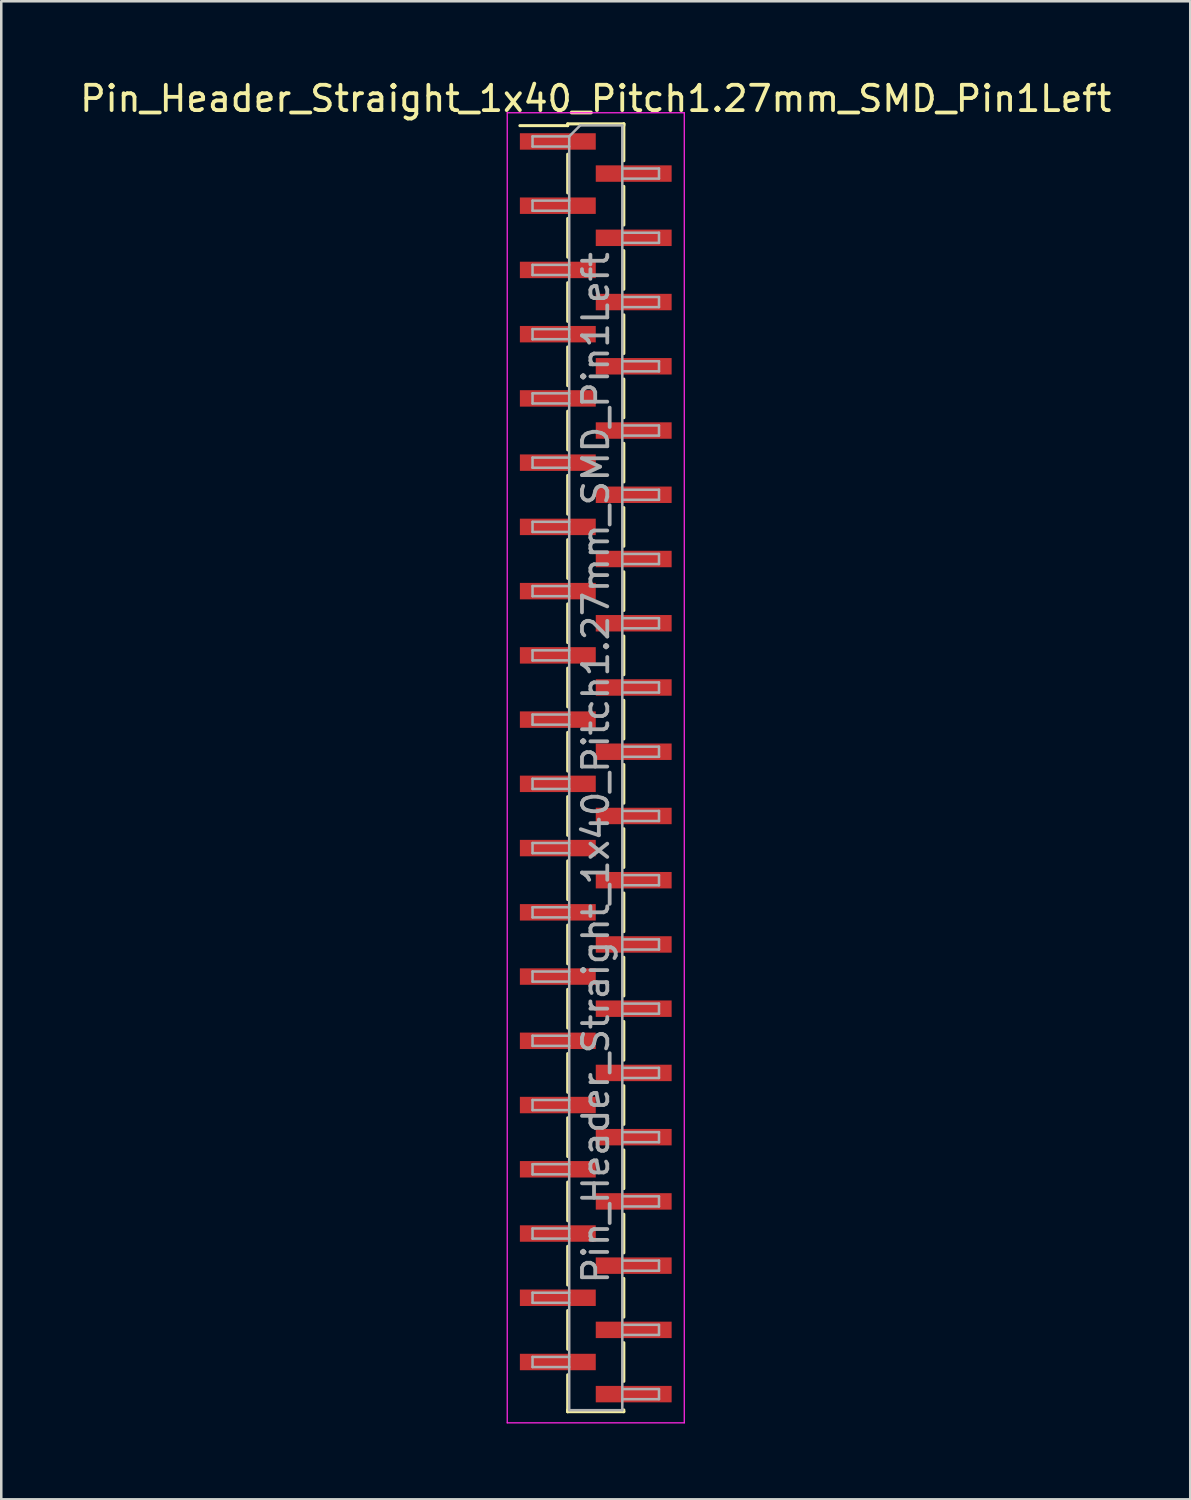
<source format=kicad_pcb>
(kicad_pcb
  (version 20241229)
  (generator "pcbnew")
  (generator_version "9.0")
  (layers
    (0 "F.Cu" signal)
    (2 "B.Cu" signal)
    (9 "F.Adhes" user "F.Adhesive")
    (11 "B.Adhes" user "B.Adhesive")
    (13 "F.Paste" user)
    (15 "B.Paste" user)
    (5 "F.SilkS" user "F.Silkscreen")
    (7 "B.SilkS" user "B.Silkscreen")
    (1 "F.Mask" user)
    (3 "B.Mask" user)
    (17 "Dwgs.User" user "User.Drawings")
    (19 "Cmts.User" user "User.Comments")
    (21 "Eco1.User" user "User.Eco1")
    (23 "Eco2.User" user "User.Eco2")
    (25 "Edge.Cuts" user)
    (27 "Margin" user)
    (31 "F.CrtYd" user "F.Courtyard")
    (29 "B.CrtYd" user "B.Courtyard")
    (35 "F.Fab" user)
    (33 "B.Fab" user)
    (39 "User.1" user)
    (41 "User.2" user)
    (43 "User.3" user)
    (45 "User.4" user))
  (footprint "Pin_Header_Straight_1x40_Pitch1.27mm_SMD_Pin1Left"
    (layer "F.Cu")
    (at 20.506 27.308)
    (property "Reference" "Pin_Header_Straight_1x40_Pitch1.27mm_SMD_Pin1Left" (at 0 -26.46 0) (layer "F.SilkS") (effects (font (size 1 1) (thickness 0.15))))
    (attr smd)
    (fp_line (start -1.11 -25.46) (end 1.11 -25.46) (stroke (width 0.12) (type solid)) (layer "F.SilkS"))
    (fp_line (start -1.11 -25.39) (end -3 -25.39) (stroke (width 0.12) (type solid)) (layer "F.SilkS"))
    (fp_line (start -1.11 -25.39) (end -1.11 -25.46) (stroke (width 0.12) (type solid)) (layer "F.SilkS"))
    (fp_line (start -1.11 -24.26) (end -1.11 -22.73) (stroke (width 0.12) (type solid)) (layer "F.SilkS"))
    (fp_line (start -1.11 -21.72) (end -1.11 -20.19) (stroke (width 0.12) (type solid)) (layer "F.SilkS"))
    (fp_line (start -1.11 -19.18) (end -1.11 -17.65) (stroke (width 0.12) (type solid)) (layer "F.SilkS"))
    (fp_line (start -1.11 -16.64) (end -1.11 -15.11) (stroke (width 0.12) (type solid)) (layer "F.SilkS"))
    (fp_line (start -1.11 -14.1) (end -1.11 -12.57) (stroke (width 0.12) (type solid)) (layer "F.SilkS"))
    (fp_line (start -1.11 -11.56) (end -1.11 -10.03) (stroke (width 0.12) (type solid)) (layer "F.SilkS"))
    (fp_line (start -1.11 -9.02) (end -1.11 -7.49) (stroke (width 0.12) (type solid)) (layer "F.SilkS"))
    (fp_line (start -1.11 -6.48) (end -1.11 -4.95) (stroke (width 0.12) (type solid)) (layer "F.SilkS"))
    (fp_line (start -1.11 -3.94) (end -1.11 -2.41) (stroke (width 0.12) (type solid)) (layer "F.SilkS"))
    (fp_line (start -1.11 -1.4) (end -1.11 0.13) (stroke (width 0.12) (type solid)) (layer "F.SilkS"))
    (fp_line (start -1.11 1.14) (end -1.11 2.67) (stroke (width 0.12) (type solid)) (layer "F.SilkS"))
    (fp_line (start -1.11 3.68) (end -1.11 5.21) (stroke (width 0.12) (type solid)) (layer "F.SilkS"))
    (fp_line (start -1.11 6.22) (end -1.11 7.75) (stroke (width 0.12) (type solid)) (layer "F.SilkS"))
    (fp_line (start -1.11 8.76) (end -1.11 10.29) (stroke (width 0.12) (type solid)) (layer "F.SilkS"))
    (fp_line (start -1.11 11.3) (end -1.11 12.83) (stroke (width 0.12) (type solid)) (layer "F.SilkS"))
    (fp_line (start -1.11 13.84) (end -1.11 15.37) (stroke (width 0.12) (type solid)) (layer "F.SilkS"))
    (fp_line (start -1.11 16.38) (end -1.11 17.91) (stroke (width 0.12) (type solid)) (layer "F.SilkS"))
    (fp_line (start -1.11 18.92) (end -1.11 20.45) (stroke (width 0.12) (type solid)) (layer "F.SilkS"))
    (fp_line (start -1.11 21.46) (end -1.11 22.99) (stroke (width 0.12) (type solid)) (layer "F.SilkS"))
    (fp_line (start -1.11 24) (end -1.11 25.46) (stroke (width 0.12) (type solid)) (layer "F.SilkS"))
    (fp_line (start -1.11 25.39) (end -1.11 25.46) (stroke (width 0.12) (type solid)) (layer "F.SilkS"))
    (fp_line (start -1.11 25.46) (end 1.11 25.46) (stroke (width 0.12) (type solid)) (layer "F.SilkS"))
    (fp_line (start 1.11 -25.46) (end 1.11 -25.39) (stroke (width 0.12) (type solid)) (layer "F.SilkS"))
    (fp_line (start 1.11 -25.46) (end 1.11 -24) (stroke (width 0.12) (type solid)) (layer "F.SilkS"))
    (fp_line (start 1.11 -22.99) (end 1.11 -21.46) (stroke (width 0.12) (type solid)) (layer "F.SilkS"))
    (fp_line (start 1.11 -20.45) (end 1.11 -18.92) (stroke (width 0.12) (type solid)) (layer "F.SilkS"))
    (fp_line (start 1.11 -17.91) (end 1.11 -16.38) (stroke (width 0.12) (type solid)) (layer "F.SilkS"))
    (fp_line (start 1.11 -15.37) (end 1.11 -13.84) (stroke (width 0.12) (type solid)) (layer "F.SilkS"))
    (fp_line (start 1.11 -12.83) (end 1.11 -11.3) (stroke (width 0.12) (type solid)) (layer "F.SilkS"))
    (fp_line (start 1.11 -10.29) (end 1.11 -8.76) (stroke (width 0.12) (type solid)) (layer "F.SilkS"))
    (fp_line (start 1.11 -7.75) (end 1.11 -6.22) (stroke (width 0.12) (type solid)) (layer "F.SilkS"))
    (fp_line (start 1.11 -5.21) (end 1.11 -3.68) (stroke (width 0.12) (type solid)) (layer "F.SilkS"))
    (fp_line (start 1.11 -2.67) (end 1.11 -1.14) (stroke (width 0.12) (type solid)) (layer "F.SilkS"))
    (fp_line (start 1.11 -0.13) (end 1.11 1.4) (stroke (width 0.12) (type solid)) (layer "F.SilkS"))
    (fp_line (start 1.11 2.41) (end 1.11 3.94) (stroke (width 0.12) (type solid)) (layer "F.SilkS"))
    (fp_line (start 1.11 4.95) (end 1.11 6.48) (stroke (width 0.12) (type solid)) (layer "F.SilkS"))
    (fp_line (start 1.11 7.49) (end 1.11 9.02) (stroke (width 0.12) (type solid)) (layer "F.SilkS"))
    (fp_line (start 1.11 10.03) (end 1.11 11.56) (stroke (width 0.12) (type solid)) (layer "F.SilkS"))
    (fp_line (start 1.11 12.57) (end 1.11 14.1) (stroke (width 0.12) (type solid)) (layer "F.SilkS"))
    (fp_line (start 1.11 15.11) (end 1.11 16.64) (stroke (width 0.12) (type solid)) (layer "F.SilkS"))
    (fp_line (start 1.11 17.65) (end 1.11 19.18) (stroke (width 0.12) (type solid)) (layer "F.SilkS"))
    (fp_line (start 1.11 20.19) (end 1.11 21.72) (stroke (width 0.12) (type solid)) (layer "F.SilkS"))
    (fp_line (start 1.11 22.73) (end 1.11 24.26) (stroke (width 0.12) (type solid)) (layer "F.SilkS"))
    (fp_line (start 1.11 25.46) (end 1.11 25.39) (stroke (width 0.12) (type solid)) (layer "F.SilkS"))
    (fp_line (start -3.5 -25.9) (end -3.5 25.9) (stroke (width 0.05) (type solid)) (layer "F.CrtYd"))
    (fp_line (start -3.5 25.9) (end 3.5 25.9) (stroke (width 0.05) (type solid)) (layer "F.CrtYd"))
    (fp_line (start 3.5 -25.9) (end -3.5 -25.9) (stroke (width 0.05) (type solid)) (layer "F.CrtYd"))
    (fp_line (start 3.5 25.9) (end 3.5 -25.9) (stroke (width 0.05) (type solid)) (layer "F.CrtYd"))
    (fp_line (start -2.5 -24.965) (end -2.5 -24.565) (stroke (width 0.1) (type solid)) (layer "F.Fab"))
    (fp_line (start -2.5 -24.565) (end -1.05 -24.565) (stroke (width 0.1) (type solid)) (layer "F.Fab"))
    (fp_line (start -2.5 -22.425) (end -2.5 -22.025) (stroke (width 0.1) (type solid)) (layer "F.Fab"))
    (fp_line (start -2.5 -22.025) (end -1.05 -22.025) (stroke (width 0.1) (type solid)) (layer "F.Fab"))
    (fp_line (start -2.5 -19.885) (end -2.5 -19.485) (stroke (width 0.1) (type solid)) (layer "F.Fab"))
    (fp_line (start -2.5 -19.485) (end -1.05 -19.485) (stroke (width 0.1) (type solid)) (layer "F.Fab"))
    (fp_line (start -2.5 -17.345) (end -2.5 -16.945) (stroke (width 0.1) (type solid)) (layer "F.Fab"))
    (fp_line (start -2.5 -16.945) (end -1.05 -16.945) (stroke (width 0.1) (type solid)) (layer "F.Fab"))
    (fp_line (start -2.5 -14.805) (end -2.5 -14.405) (stroke (width 0.1) (type solid)) (layer "F.Fab"))
    (fp_line (start -2.5 -14.405) (end -1.05 -14.405) (stroke (width 0.1) (type solid)) (layer "F.Fab"))
    (fp_line (start -2.5 -12.265) (end -2.5 -11.865) (stroke (width 0.1) (type solid)) (layer "F.Fab"))
    (fp_line (start -2.5 -11.865) (end -1.05 -11.865) (stroke (width 0.1) (type solid)) (layer "F.Fab"))
    (fp_line (start -2.5 -9.725) (end -2.5 -9.325) (stroke (width 0.1) (type solid)) (layer "F.Fab"))
    (fp_line (start -2.5 -9.325) (end -1.05 -9.325) (stroke (width 0.1) (type solid)) (layer "F.Fab"))
    (fp_line (start -2.5 -7.185) (end -2.5 -6.785) (stroke (width 0.1) (type solid)) (layer "F.Fab"))
    (fp_line (start -2.5 -6.785) (end -1.05 -6.785) (stroke (width 0.1) (type solid)) (layer "F.Fab"))
    (fp_line (start -2.5 -4.645) (end -2.5 -4.245) (stroke (width 0.1) (type solid)) (layer "F.Fab"))
    (fp_line (start -2.5 -4.245) (end -1.05 -4.245) (stroke (width 0.1) (type solid)) (layer "F.Fab"))
    (fp_line (start -2.5 -2.105) (end -2.5 -1.705) (stroke (width 0.1) (type solid)) (layer "F.Fab"))
    (fp_line (start -2.5 -1.705) (end -1.05 -1.705) (stroke (width 0.1) (type solid)) (layer "F.Fab"))
    (fp_line (start -2.5 0.435) (end -2.5 0.835) (stroke (width 0.1) (type solid)) (layer "F.Fab"))
    (fp_line (start -2.5 0.835) (end -1.05 0.835) (stroke (width 0.1) (type solid)) (layer "F.Fab"))
    (fp_line (start -2.5 2.975) (end -2.5 3.375) (stroke (width 0.1) (type solid)) (layer "F.Fab"))
    (fp_line (start -2.5 3.375) (end -1.05 3.375) (stroke (width 0.1) (type solid)) (layer "F.Fab"))
    (fp_line (start -2.5 5.515) (end -2.5 5.915) (stroke (width 0.1) (type solid)) (layer "F.Fab"))
    (fp_line (start -2.5 5.915) (end -1.05 5.915) (stroke (width 0.1) (type solid)) (layer "F.Fab"))
    (fp_line (start -2.5 8.055) (end -2.5 8.455) (stroke (width 0.1) (type solid)) (layer "F.Fab"))
    (fp_line (start -2.5 8.455) (end -1.05 8.455) (stroke (width 0.1) (type solid)) (layer "F.Fab"))
    (fp_line (start -2.5 10.595) (end -2.5 10.995) (stroke (width 0.1) (type solid)) (layer "F.Fab"))
    (fp_line (start -2.5 10.995) (end -1.05 10.995) (stroke (width 0.1) (type solid)) (layer "F.Fab"))
    (fp_line (start -2.5 13.135) (end -2.5 13.535) (stroke (width 0.1) (type solid)) (layer "F.Fab"))
    (fp_line (start -2.5 13.535) (end -1.05 13.535) (stroke (width 0.1) (type solid)) (layer "F.Fab"))
    (fp_line (start -2.5 15.675) (end -2.5 16.075) (stroke (width 0.1) (type solid)) (layer "F.Fab"))
    (fp_line (start -2.5 16.075) (end -1.05 16.075) (stroke (width 0.1) (type solid)) (layer "F.Fab"))
    (fp_line (start -2.5 18.215) (end -2.5 18.615) (stroke (width 0.1) (type solid)) (layer "F.Fab"))
    (fp_line (start -2.5 18.615) (end -1.05 18.615) (stroke (width 0.1) (type solid)) (layer "F.Fab"))
    (fp_line (start -2.5 20.755) (end -2.5 21.155) (stroke (width 0.1) (type solid)) (layer "F.Fab"))
    (fp_line (start -2.5 21.155) (end -1.05 21.155) (stroke (width 0.1) (type solid)) (layer "F.Fab"))
    (fp_line (start -2.5 23.295) (end -2.5 23.695) (stroke (width 0.1) (type solid)) (layer "F.Fab"))
    (fp_line (start -2.5 23.695) (end -1.05 23.695) (stroke (width 0.1) (type solid)) (layer "F.Fab"))
    (fp_line (start -1.05 -24.965) (end -2.5 -24.965) (stroke (width 0.1) (type solid)) (layer "F.Fab"))
    (fp_line (start -1.05 -24.965) (end -0.615 -25.4) (stroke (width 0.1) (type solid)) (layer "F.Fab"))
    (fp_line (start -1.05 -22.425) (end -2.5 -22.425) (stroke (width 0.1) (type solid)) (layer "F.Fab"))
    (fp_line (start -1.05 -19.885) (end -2.5 -19.885) (stroke (width 0.1) (type solid)) (layer "F.Fab"))
    (fp_line (start -1.05 -17.345) (end -2.5 -17.345) (stroke (width 0.1) (type solid)) (layer "F.Fab"))
    (fp_line (start -1.05 -14.805) (end -2.5 -14.805) (stroke (width 0.1) (type solid)) (layer "F.Fab"))
    (fp_line (start -1.05 -12.265) (end -2.5 -12.265) (stroke (width 0.1) (type solid)) (layer "F.Fab"))
    (fp_line (start -1.05 -9.725) (end -2.5 -9.725) (stroke (width 0.1) (type solid)) (layer "F.Fab"))
    (fp_line (start -1.05 -7.185) (end -2.5 -7.185) (stroke (width 0.1) (type solid)) (layer "F.Fab"))
    (fp_line (start -1.05 -4.645) (end -2.5 -4.645) (stroke (width 0.1) (type solid)) (layer "F.Fab"))
    (fp_line (start -1.05 -2.105) (end -2.5 -2.105) (stroke (width 0.1) (type solid)) (layer "F.Fab"))
    (fp_line (start -1.05 0.435) (end -2.5 0.435) (stroke (width 0.1) (type solid)) (layer "F.Fab"))
    (fp_line (start -1.05 2.975) (end -2.5 2.975) (stroke (width 0.1) (type solid)) (layer "F.Fab"))
    (fp_line (start -1.05 5.515) (end -2.5 5.515) (stroke (width 0.1) (type solid)) (layer "F.Fab"))
    (fp_line (start -1.05 8.055) (end -2.5 8.055) (stroke (width 0.1) (type solid)) (layer "F.Fab"))
    (fp_line (start -1.05 10.595) (end -2.5 10.595) (stroke (width 0.1) (type solid)) (layer "F.Fab"))
    (fp_line (start -1.05 13.135) (end -2.5 13.135) (stroke (width 0.1) (type solid)) (layer "F.Fab"))
    (fp_line (start -1.05 15.675) (end -2.5 15.675) (stroke (width 0.1) (type solid)) (layer "F.Fab"))
    (fp_line (start -1.05 18.215) (end -2.5 18.215) (stroke (width 0.1) (type solid)) (layer "F.Fab"))
    (fp_line (start -1.05 20.755) (end -2.5 20.755) (stroke (width 0.1) (type solid)) (layer "F.Fab"))
    (fp_line (start -1.05 23.295) (end -2.5 23.295) (stroke (width 0.1) (type solid)) (layer "F.Fab"))
    (fp_line (start -1.05 25.4) (end -1.05 -24.965) (stroke (width 0.1) (type solid)) (layer "F.Fab"))
    (fp_line (start -0.615 -25.4) (end 1.05 -25.4) (stroke (width 0.1) (type solid)) (layer "F.Fab"))
    (fp_line (start 1.05 -25.4) (end 1.05 25.4) (stroke (width 0.1) (type solid)) (layer "F.Fab"))
    (fp_line (start 1.05 -23.695) (end 2.5 -23.695) (stroke (width 0.1) (type solid)) (layer "F.Fab"))
    (fp_line (start 1.05 -21.155) (end 2.5 -21.155) (stroke (width 0.1) (type solid)) (layer "F.Fab"))
    (fp_line (start 1.05 -18.615) (end 2.5 -18.615) (stroke (width 0.1) (type solid)) (layer "F.Fab"))
    (fp_line (start 1.05 -16.075) (end 2.5 -16.075) (stroke (width 0.1) (type solid)) (layer "F.Fab"))
    (fp_line (start 1.05 -13.535) (end 2.5 -13.535) (stroke (width 0.1) (type solid)) (layer "F.Fab"))
    (fp_line (start 1.05 -10.995) (end 2.5 -10.995) (stroke (width 0.1) (type solid)) (layer "F.Fab"))
    (fp_line (start 1.05 -8.455) (end 2.5 -8.455) (stroke (width 0.1) (type solid)) (layer "F.Fab"))
    (fp_line (start 1.05 -5.915) (end 2.5 -5.915) (stroke (width 0.1) (type solid)) (layer "F.Fab"))
    (fp_line (start 1.05 -3.375) (end 2.5 -3.375) (stroke (width 0.1) (type solid)) (layer "F.Fab"))
    (fp_line (start 1.05 -0.835) (end 2.5 -0.835) (stroke (width 0.1) (type solid)) (layer "F.Fab"))
    (fp_line (start 1.05 1.705) (end 2.5 1.705) (stroke (width 0.1) (type solid)) (layer "F.Fab"))
    (fp_line (start 1.05 4.245) (end 2.5 4.245) (stroke (width 0.1) (type solid)) (layer "F.Fab"))
    (fp_line (start 1.05 6.785) (end 2.5 6.785) (stroke (width 0.1) (type solid)) (layer "F.Fab"))
    (fp_line (start 1.05 9.325) (end 2.5 9.325) (stroke (width 0.1) (type solid)) (layer "F.Fab"))
    (fp_line (start 1.05 11.865) (end 2.5 11.865) (stroke (width 0.1) (type solid)) (layer "F.Fab"))
    (fp_line (start 1.05 14.405) (end 2.5 14.405) (stroke (width 0.1) (type solid)) (layer "F.Fab"))
    (fp_line (start 1.05 16.945) (end 2.5 16.945) (stroke (width 0.1) (type solid)) (layer "F.Fab"))
    (fp_line (start 1.05 19.485) (end 2.5 19.485) (stroke (width 0.1) (type solid)) (layer "F.Fab"))
    (fp_line (start 1.05 22.025) (end 2.5 22.025) (stroke (width 0.1) (type solid)) (layer "F.Fab"))
    (fp_line (start 1.05 24.565) (end 2.5 24.565) (stroke (width 0.1) (type solid)) (layer "F.Fab"))
    (fp_line (start 1.05 25.4) (end -1.05 25.4) (stroke (width 0.1) (type solid)) (layer "F.Fab"))
    (fp_line (start 2.5 -23.695) (end 2.5 -23.295) (stroke (width 0.1) (type solid)) (layer "F.Fab"))
    (fp_line (start 2.5 -23.295) (end 1.05 -23.295) (stroke (width 0.1) (type solid)) (layer "F.Fab"))
    (fp_line (start 2.5 -21.155) (end 2.5 -20.755) (stroke (width 0.1) (type solid)) (layer "F.Fab"))
    (fp_line (start 2.5 -20.755) (end 1.05 -20.755) (stroke (width 0.1) (type solid)) (layer "F.Fab"))
    (fp_line (start 2.5 -18.615) (end 2.5 -18.215) (stroke (width 0.1) (type solid)) (layer "F.Fab"))
    (fp_line (start 2.5 -18.215) (end 1.05 -18.215) (stroke (width 0.1) (type solid)) (layer "F.Fab"))
    (fp_line (start 2.5 -16.075) (end 2.5 -15.675) (stroke (width 0.1) (type solid)) (layer "F.Fab"))
    (fp_line (start 2.5 -15.675) (end 1.05 -15.675) (stroke (width 0.1) (type solid)) (layer "F.Fab"))
    (fp_line (start 2.5 -13.535) (end 2.5 -13.135) (stroke (width 0.1) (type solid)) (layer "F.Fab"))
    (fp_line (start 2.5 -13.135) (end 1.05 -13.135) (stroke (width 0.1) (type solid)) (layer "F.Fab"))
    (fp_line (start 2.5 -10.995) (end 2.5 -10.595) (stroke (width 0.1) (type solid)) (layer "F.Fab"))
    (fp_line (start 2.5 -10.595) (end 1.05 -10.595) (stroke (width 0.1) (type solid)) (layer "F.Fab"))
    (fp_line (start 2.5 -8.455) (end 2.5 -8.055) (stroke (width 0.1) (type solid)) (layer "F.Fab"))
    (fp_line (start 2.5 -8.055) (end 1.05 -8.055) (stroke (width 0.1) (type solid)) (layer "F.Fab"))
    (fp_line (start 2.5 -5.915) (end 2.5 -5.515) (stroke (width 0.1) (type solid)) (layer "F.Fab"))
    (fp_line (start 2.5 -5.515) (end 1.05 -5.515) (stroke (width 0.1) (type solid)) (layer "F.Fab"))
    (fp_line (start 2.5 -3.375) (end 2.5 -2.975) (stroke (width 0.1) (type solid)) (layer "F.Fab"))
    (fp_line (start 2.5 -2.975) (end 1.05 -2.975) (stroke (width 0.1) (type solid)) (layer "F.Fab"))
    (fp_line (start 2.5 -0.835) (end 2.5 -0.435) (stroke (width 0.1) (type solid)) (layer "F.Fab"))
    (fp_line (start 2.5 -0.435) (end 1.05 -0.435) (stroke (width 0.1) (type solid)) (layer "F.Fab"))
    (fp_line (start 2.5 1.705) (end 2.5 2.105) (stroke (width 0.1) (type solid)) (layer "F.Fab"))
    (fp_line (start 2.5 2.105) (end 1.05 2.105) (stroke (width 0.1) (type solid)) (layer "F.Fab"))
    (fp_line (start 2.5 4.245) (end 2.5 4.645) (stroke (width 0.1) (type solid)) (layer "F.Fab"))
    (fp_line (start 2.5 4.645) (end 1.05 4.645) (stroke (width 0.1) (type solid)) (layer "F.Fab"))
    (fp_line (start 2.5 6.785) (end 2.5 7.185) (stroke (width 0.1) (type solid)) (layer "F.Fab"))
    (fp_line (start 2.5 7.185) (end 1.05 7.185) (stroke (width 0.1) (type solid)) (layer "F.Fab"))
    (fp_line (start 2.5 9.325) (end 2.5 9.725) (stroke (width 0.1) (type solid)) (layer "F.Fab"))
    (fp_line (start 2.5 9.725) (end 1.05 9.725) (stroke (width 0.1) (type solid)) (layer "F.Fab"))
    (fp_line (start 2.5 11.865) (end 2.5 12.265) (stroke (width 0.1) (type solid)) (layer "F.Fab"))
    (fp_line (start 2.5 12.265) (end 1.05 12.265) (stroke (width 0.1) (type solid)) (layer "F.Fab"))
    (fp_line (start 2.5 14.405) (end 2.5 14.805) (stroke (width 0.1) (type solid)) (layer "F.Fab"))
    (fp_line (start 2.5 14.805) (end 1.05 14.805) (stroke (width 0.1) (type solid)) (layer "F.Fab"))
    (fp_line (start 2.5 16.945) (end 2.5 17.345) (stroke (width 0.1) (type solid)) (layer "F.Fab"))
    (fp_line (start 2.5 17.345) (end 1.05 17.345) (stroke (width 0.1) (type solid)) (layer "F.Fab"))
    (fp_line (start 2.5 19.485) (end 2.5 19.885) (stroke (width 0.1) (type solid)) (layer "F.Fab"))
    (fp_line (start 2.5 19.885) (end 1.05 19.885) (stroke (width 0.1) (type solid)) (layer "F.Fab"))
    (fp_line (start 2.5 22.025) (end 2.5 22.425) (stroke (width 0.1) (type solid)) (layer "F.Fab"))
    (fp_line (start 2.5 22.425) (end 1.05 22.425) (stroke (width 0.1) (type solid)) (layer "F.Fab"))
    (fp_line (start 2.5 24.565) (end 2.5 24.965) (stroke (width 0.1) (type solid)) (layer "F.Fab"))
    (fp_line (start 2.5 24.965) (end 1.05 24.965) (stroke (width 0.1) (type solid)) (layer "F.Fab"))
    (fp_text user "${REFERENCE}" (at 0 0 90) (layer "F.Fab") (effects (font (size 1 1) (thickness 0.15))))
    (pad "1" smd rect (at -1.5 -24.765) (size 3 0.65) (layers "F.Cu" "F.Mask" "F.Paste"))
    (pad "2" smd rect (at 1.5 -23.495) (size 3 0.65) (layers "F.Cu" "F.Mask" "F.Paste"))
    (pad "3" smd rect (at -1.5 -22.225) (size 3 0.65) (layers "F.Cu" "F.Mask" "F.Paste"))
    (pad "4" smd rect (at 1.5 -20.955) (size 3 0.65) (layers "F.Cu" "F.Mask" "F.Paste"))
    (pad "5" smd rect (at -1.5 -19.685) (size 3 0.65) (layers "F.Cu" "F.Mask" "F.Paste"))
    (pad "6" smd rect (at 1.5 -18.415) (size 3 0.65) (layers "F.Cu" "F.Mask" "F.Paste"))
    (pad "7" smd rect (at -1.5 -17.145) (size 3 0.65) (layers "F.Cu" "F.Mask" "F.Paste"))
    (pad "8" smd rect (at 1.5 -15.875) (size 3 0.65) (layers "F.Cu" "F.Mask" "F.Paste"))
    (pad "9" smd rect (at -1.5 -14.605) (size 3 0.65) (layers "F.Cu" "F.Mask" "F.Paste"))
    (pad "10" smd rect (at 1.5 -13.335) (size 3 0.65) (layers "F.Cu" "F.Mask" "F.Paste"))
    (pad "11" smd rect (at -1.5 -12.065) (size 3 0.65) (layers "F.Cu" "F.Mask" "F.Paste"))
    (pad "12" smd rect (at 1.5 -10.795) (size 3 0.65) (layers "F.Cu" "F.Mask" "F.Paste"))
    (pad "13" smd rect (at -1.5 -9.525) (size 3 0.65) (layers "F.Cu" "F.Mask" "F.Paste"))
    (pad "14" smd rect (at 1.5 -8.255) (size 3 0.65) (layers "F.Cu" "F.Mask" "F.Paste"))
    (pad "15" smd rect (at -1.5 -6.985) (size 3 0.65) (layers "F.Cu" "F.Mask" "F.Paste"))
    (pad "16" smd rect (at 1.5 -5.715) (size 3 0.65) (layers "F.Cu" "F.Mask" "F.Paste"))
    (pad "17" smd rect (at -1.5 -4.445) (size 3 0.65) (layers "F.Cu" "F.Mask" "F.Paste"))
    (pad "18" smd rect (at 1.5 -3.175) (size 3 0.65) (layers "F.Cu" "F.Mask" "F.Paste"))
    (pad "19" smd rect (at -1.5 -1.905) (size 3 0.65) (layers "F.Cu" "F.Mask" "F.Paste"))
    (pad "20" smd rect (at 1.5 -0.635) (size 3 0.65) (layers "F.Cu" "F.Mask" "F.Paste"))
    (pad "21" smd rect (at -1.5 0.635) (size 3 0.65) (layers "F.Cu" "F.Mask" "F.Paste"))
    (pad "22" smd rect (at 1.5 1.905) (size 3 0.65) (layers "F.Cu" "F.Mask" "F.Paste"))
    (pad "23" smd rect (at -1.5 3.175) (size 3 0.65) (layers "F.Cu" "F.Mask" "F.Paste"))
    (pad "24" smd rect (at 1.5 4.445) (size 3 0.65) (layers "F.Cu" "F.Mask" "F.Paste"))
    (pad "25" smd rect (at -1.5 5.715) (size 3 0.65) (layers "F.Cu" "F.Mask" "F.Paste"))
    (pad "26" smd rect (at 1.5 6.985) (size 3 0.65) (layers "F.Cu" "F.Mask" "F.Paste"))
    (pad "27" smd rect (at -1.5 8.255) (size 3 0.65) (layers "F.Cu" "F.Mask" "F.Paste"))
    (pad "28" smd rect (at 1.5 9.525) (size 3 0.65) (layers "F.Cu" "F.Mask" "F.Paste"))
    (pad "29" smd rect (at -1.5 10.795) (size 3 0.65) (layers "F.Cu" "F.Mask" "F.Paste"))
    (pad "30" smd rect (at 1.5 12.065) (size 3 0.65) (layers "F.Cu" "F.Mask" "F.Paste"))
    (pad "31" smd rect (at -1.5 13.335) (size 3 0.65) (layers "F.Cu" "F.Mask" "F.Paste"))
    (pad "32" smd rect (at 1.5 14.605) (size 3 0.65) (layers "F.Cu" "F.Mask" "F.Paste"))
    (pad "33" smd rect (at -1.5 15.875) (size 3 0.65) (layers "F.Cu" "F.Mask" "F.Paste"))
    (pad "34" smd rect (at 1.5 17.145) (size 3 0.65) (layers "F.Cu" "F.Mask" "F.Paste"))
    (pad "35" smd rect (at -1.5 18.415) (size 3 0.65) (layers "F.Cu" "F.Mask" "F.Paste"))
    (pad "36" smd rect (at 1.5 19.685) (size 3 0.65) (layers "F.Cu" "F.Mask" "F.Paste"))
    (pad "37" smd rect (at -1.5 20.955) (size 3 0.65) (layers "F.Cu" "F.Mask" "F.Paste"))
    (pad "38" smd rect (at 1.5 22.225) (size 3 0.65) (layers "F.Cu" "F.Mask" "F.Paste"))
    (pad "39" smd rect (at -1.5 23.495) (size 3 0.65) (layers "F.Cu" "F.Mask" "F.Paste"))
    (pad "40" smd rect (at 1.5 24.765) (size 3 0.65) (layers "F.Cu" "F.Mask" "F.Paste")))
  (gr_rect
    (start -3 -3)
    (end 44.012 56.233)
    (stroke (width 0.1) (type default))
    (fill no)
    (layer "Edge.Cuts")))
</source>
